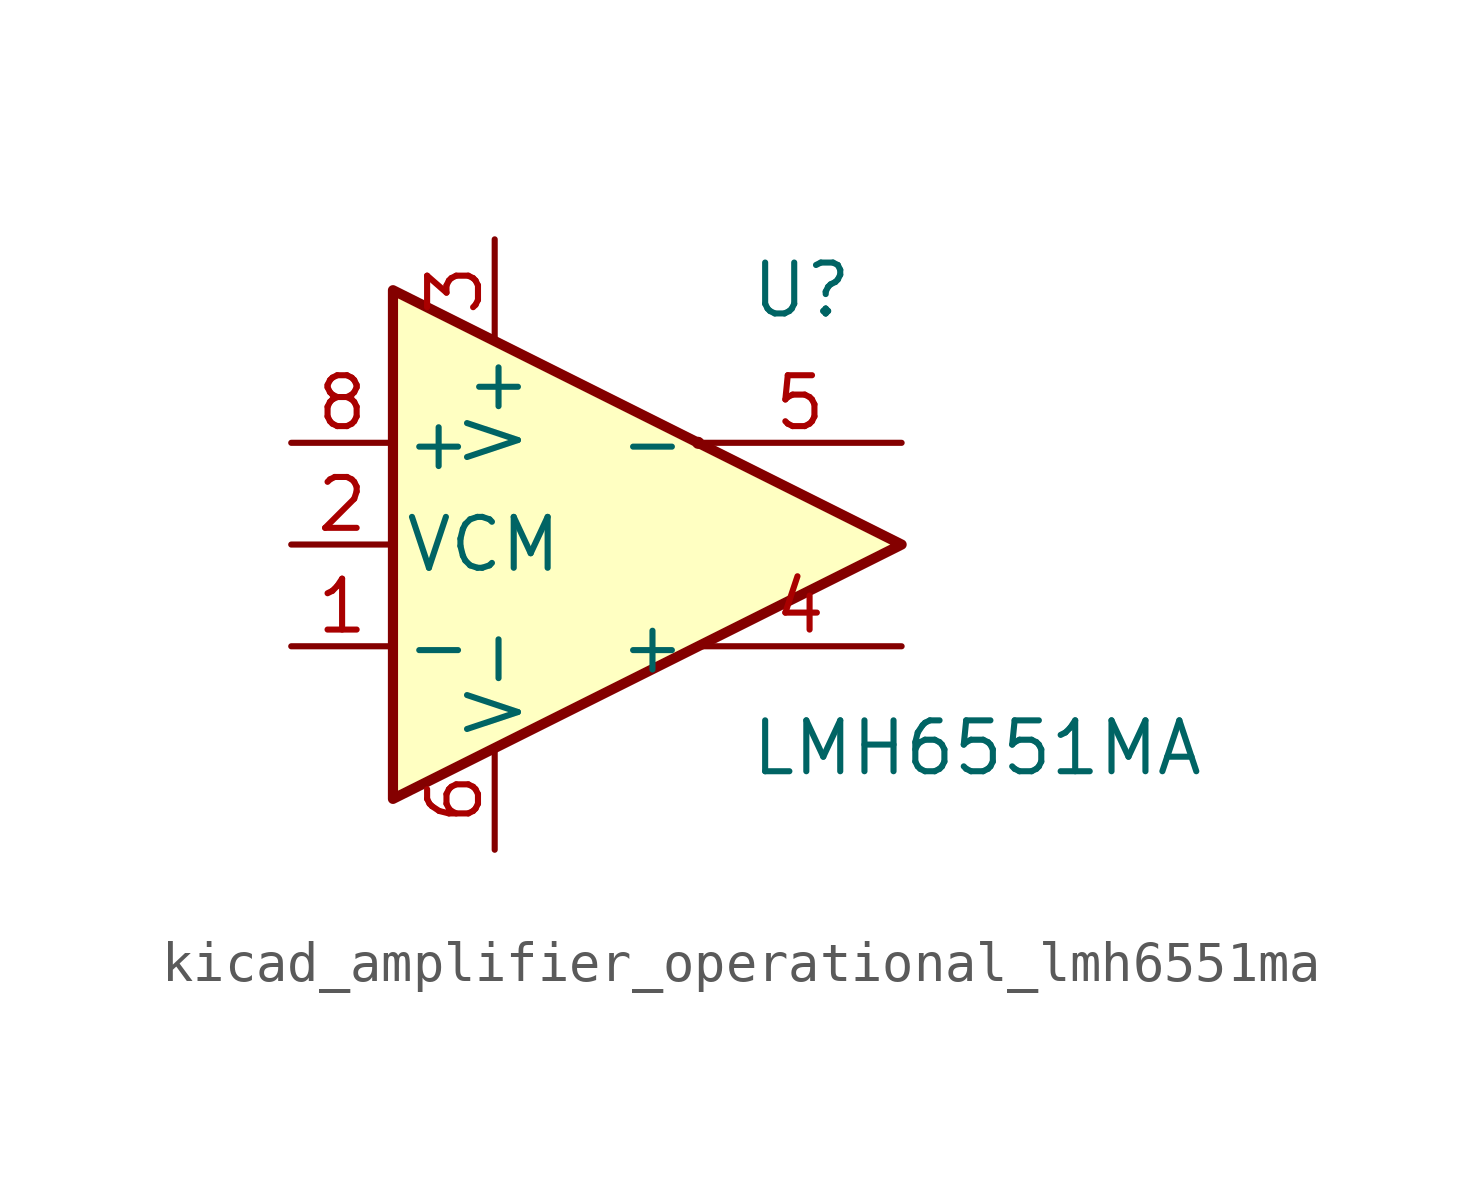
<source format=kicad_sym>
(kicad_symbol_lib
  (version 20220914)
  (generator kicad_symbol_editor)
  (symbol "kicad_amplifier_operational_lmh6551ma"
    (pin_names
      (offset 0.254))
    (property "Reference" "U"
      (at 3.81 6.35 0)
      (effects (font (size 1.27 1.27)) (justify left)))
    (property "Value" "LMH6551MA"
      (at 3.81 -5.08 0)
      (effects (font (size 1.27 1.27)) (justify left)))
    (symbol "kicad_amplifier_operational_lmh6551ma_0_1"
      (polyline (pts (xy 7.62 0) (xy -5.08 6.35) (xy -5.08 -6.35) (xy 7.62 0)) (stroke (width 0.254) (type default)) (fill (type background)))
      (circle (center 2.54 2.54) (radius 0.0001) (stroke (width 0) (type default)) (fill (type none))))
    (symbol "kicad_amplifier_operational_lmh6551ma_1_1"
      (pin input line (at -7.62 -2.54 0) (length 2.54) (name "-" (effects (font (size 1.27 1.27)))) (number "1" (effects (font (size 1.27 1.27)))))
      (pin input line (at -7.62 0 0) (length 2.54) (name "VCM" (effects (font (size 1.27 1.27)))) (number "2" (effects (font (size 1.27 1.27)))))
      (pin power_in line (at -2.54 7.62 270) (length 2.54) (name "V+" (effects (font (size 1.27 1.27)))) (number "3" (effects (font (size 1.27 1.27)))))
      (pin output line (at 7.62 -2.54 180) (length 5.08) (name "+" (effects (font (size 1.27 1.27)))) (number "4" (effects (font (size 1.27 1.27)))))
      (pin output line (at 7.62 2.54 180) (length 5.08) (name "-" (effects (font (size 1.27 1.27)))) (number "5" (effects (font (size 1.27 1.27)))))
      (pin power_in line (at -2.54 -7.62 90) (length 2.54) (name "V-" (effects (font (size 1.27 1.27)))) (number "6" (effects (font (size 1.27 1.27)))))
      (pin no_connect line (at 5.08 0 180) (length 2.54) hide (name "NC" (effects (font (size 1.27 1.27)))) (number "7" (effects (font (size 1.27 1.27)))))
      (pin input line (at -7.62 2.54 0) (length 2.54) (name "+" (effects (font (size 1.27 1.27)))) (number "8" (effects (font (size 1.27 1.27))))))))
</source>
